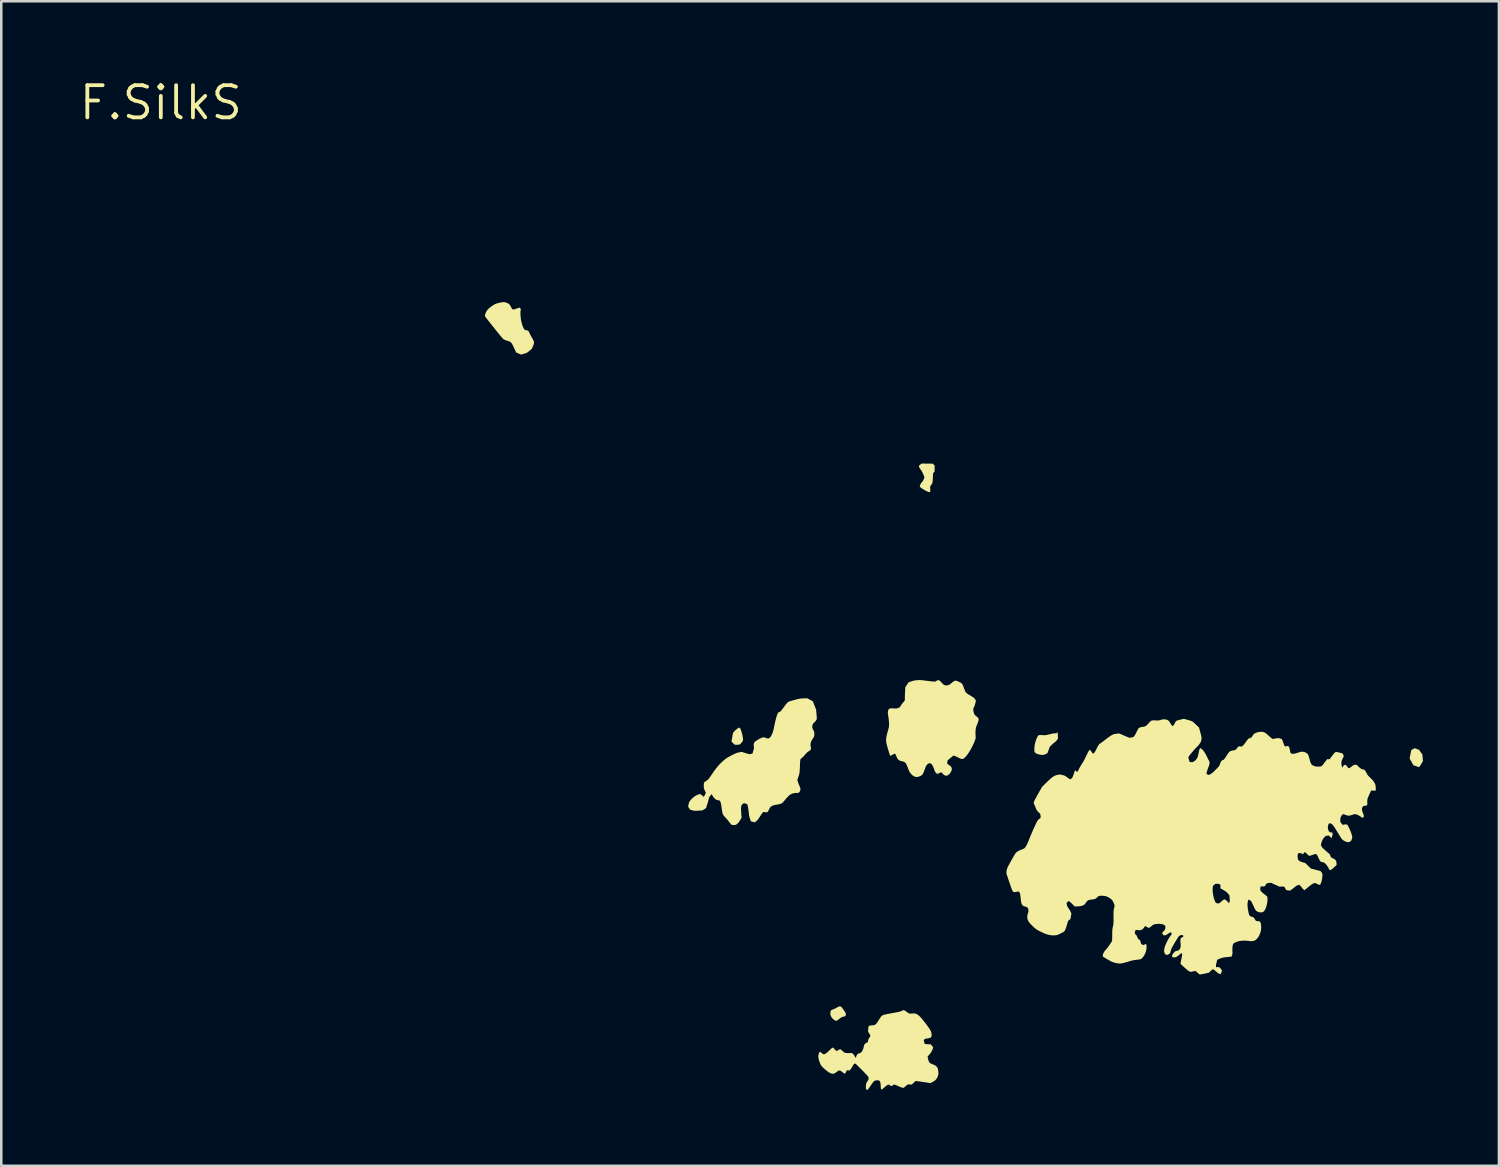
<source format=kicad_pcb>
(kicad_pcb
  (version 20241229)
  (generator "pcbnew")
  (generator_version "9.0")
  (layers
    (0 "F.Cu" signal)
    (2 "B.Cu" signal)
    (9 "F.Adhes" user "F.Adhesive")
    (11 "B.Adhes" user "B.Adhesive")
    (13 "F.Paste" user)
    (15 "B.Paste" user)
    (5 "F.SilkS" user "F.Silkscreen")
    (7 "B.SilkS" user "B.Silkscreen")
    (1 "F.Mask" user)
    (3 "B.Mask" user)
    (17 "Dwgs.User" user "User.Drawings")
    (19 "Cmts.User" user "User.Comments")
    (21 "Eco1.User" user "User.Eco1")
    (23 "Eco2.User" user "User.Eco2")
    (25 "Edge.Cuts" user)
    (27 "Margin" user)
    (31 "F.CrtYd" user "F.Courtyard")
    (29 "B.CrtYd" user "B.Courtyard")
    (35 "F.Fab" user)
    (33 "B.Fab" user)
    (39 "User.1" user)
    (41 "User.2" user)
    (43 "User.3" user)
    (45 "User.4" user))
  (footprint "F.SilkS"
    (layer "F.Cu")
    (at 3.303 1.006)
    (property "Reference" "F.SilkS" (at 0 0 0) (layer "F.SilkS") (effects (font (size 1.27 1.27) (thickness 0.15))))
    (attr board_only exclude_from_pos_files exclude_from_bom)
    (fp_poly (pts (xy 49.59 26.212) (xy 49.485 26.175) (xy 49.409 26.041) (xy 49.334 25.906) (xy 49.367 25.741) (xy 49.378 25.687) (xy 49.388 25.64) (xy 49.396 25.603) (xy 49.401 25.581) (xy 49.402 25.575) (xy 49.412 25.57) (xy 49.434 25.557) (xy 49.465 25.541) (xy 49.47 25.538) (xy 49.535 25.502) (xy 49.619 25.533) (xy 49.702 25.563) (xy 49.77 25.654) (xy 49.838 25.745) (xy 49.85 25.877) (xy 49.863 26.009) (xy 49.79 26.13) (xy 49.763 26.173) (xy 49.739 26.209) (xy 49.72 26.235) (xy 49.708 26.248) (xy 49.706 26.249) (xy 49.693 26.246) (xy 49.665 26.237) (xy 49.627 26.224) (xy 49.59 26.212)) (stroke (width 0) (type solid)) (fill yes) (layer "F.SilkS"))
    (fp_poly (pts (xy 26.62 36.249) (xy 26.556 36.2) (xy 26.502 36.136) (xy 26.478 36.096) (xy 26.463 36.063) (xy 26.454 36.037) (xy 26.451 36.008) (xy 26.451 35.969) (xy 26.452 35.957) (xy 26.454 35.917) (xy 26.46 35.888) (xy 26.473 35.866) (xy 26.494 35.849) (xy 26.528 35.832) (xy 26.578 35.812) (xy 26.583 35.81) (xy 26.628 35.791) (xy 26.675 35.769) (xy 26.712 35.747) (xy 26.717 35.744) (xy 26.765 35.717) (xy 26.81 35.703) (xy 26.849 35.703) (xy 26.868 35.709) (xy 26.882 35.721) (xy 26.903 35.747) (xy 26.931 35.782) (xy 26.961 35.823) (xy 26.99 35.865) (xy 27.018 35.906) (xy 27.039 35.941) (xy 27.046 35.953) (xy 27.059 35.984) (xy 27.062 36.012) (xy 27.058 36.038) (xy 27.049 36.073) (xy 27.035 36.092) (xy 27.012 36.099) (xy 26.999 36.1) (xy 26.944 36.11) (xy 26.883 36.138) (xy 26.816 36.185) (xy 26.795 36.202) (xy 26.751 36.238) (xy 26.716 36.26) (xy 26.687 36.269) (xy 26.66 36.267) (xy 26.63 36.255) (xy 26.62 36.249)) (stroke (width 0) (type solid)) (fill yes) (layer "F.SilkS"))
    (fp_poly (pts (xy 22.609 25.304) (xy 22.544 25.239) (xy 22.571 25.086) (xy 22.582 25.021) (xy 22.591 24.973) (xy 22.599 24.938) (xy 22.606 24.913) (xy 22.613 24.894) (xy 22.622 24.879) (xy 22.634 24.863) (xy 22.641 24.854) (xy 22.661 24.831) (xy 22.69 24.803) (xy 22.724 24.773) (xy 22.76 24.743) (xy 22.792 24.717) (xy 22.818 24.699) (xy 22.834 24.69) (xy 22.836 24.69) (xy 22.859 24.695) (xy 22.88 24.71) (xy 22.899 24.739) (xy 22.918 24.782) (xy 22.938 24.843) (xy 22.94 24.85) (xy 22.964 24.937) (xy 22.983 25.018) (xy 22.995 25.089) (xy 23 25.147) (xy 23 25.154) (xy 22.999 25.184) (xy 22.996 25.205) (xy 22.987 25.225) (xy 22.971 25.248) (xy 22.944 25.28) (xy 22.94 25.285) (xy 22.911 25.318) (xy 22.89 25.339) (xy 22.872 25.351) (xy 22.853 25.358) (xy 22.828 25.362) (xy 22.785 25.366) (xy 22.74 25.369) (xy 22.725 25.369) (xy 22.701 25.369) (xy 22.682 25.365) (xy 22.665 25.356) (xy 22.643 25.338) (xy 22.613 25.309) (xy 22.609 25.304)) (stroke (width 0) (type solid)) (fill yes) (layer "F.SilkS"))
    (fp_poly (pts (xy 30.328 15.38) (xy 30.298 15.368) (xy 30.256 15.348) (xy 30.207 15.323) (xy 30.156 15.294) (xy 30.107 15.265) (xy 30.064 15.238) (xy 30.033 15.216) (xy 30.024 15.208) (xy 29.982 15.168) (xy 29.997 15.112) (xy 30.011 15.072) (xy 30.034 15.034) (xy 30.063 14.999) (xy 30.115 14.928) (xy 30.142 14.871) (xy 30.169 14.801) (xy 30.121 14.681) (xy 30.09 14.612) (xy 30.061 14.556) (xy 30.029 14.508) (xy 30.018 14.493) (xy 29.985 14.449) (xy 29.965 14.413) (xy 29.956 14.381) (xy 29.953 14.36) (xy 29.954 14.345) (xy 29.961 14.332) (xy 29.977 14.317) (xy 30.005 14.296) (xy 30.024 14.283) (xy 30.062 14.256) (xy 30.279 14.259) (xy 30.495 14.261) (xy 30.532 14.298) (xy 30.57 14.334) (xy 30.57 14.454) (xy 30.57 14.574) (xy 30.54 14.605) (xy 30.509 14.637) (xy 30.5 14.816) (xy 30.497 14.882) (xy 30.494 14.932) (xy 30.49 14.97) (xy 30.485 14.998) (xy 30.478 15.022) (xy 30.47 15.044) (xy 30.467 15.05) (xy 30.449 15.085) (xy 30.428 15.116) (xy 30.415 15.13) (xy 30.403 15.142) (xy 30.396 15.154) (xy 30.392 15.17) (xy 30.392 15.196) (xy 30.394 15.235) (xy 30.396 15.251) (xy 30.399 15.308) (xy 30.398 15.349) (xy 30.392 15.374) (xy 30.38 15.386) (xy 30.361 15.388) (xy 30.332 15.381) (xy 30.328 15.38)) (stroke (width 0) (type solid)) (fill yes) (layer "F.SilkS"))
    (fp_poly (pts (xy 34.75 25.76) (xy 34.681 25.747) (xy 34.618 25.725) (xy 34.565 25.696) (xy 34.542 25.677) (xy 34.528 25.663) (xy 34.518 25.649) (xy 34.513 25.632) (xy 34.511 25.608) (xy 34.51 25.57) (xy 34.51 25.546) (xy 34.512 25.491) (xy 34.516 25.432) (xy 34.523 25.38) (xy 34.525 25.365) (xy 34.541 25.293) (xy 34.561 25.223) (xy 34.584 25.156) (xy 34.609 25.097) (xy 34.634 25.047) (xy 34.659 25.01) (xy 34.681 24.988) (xy 34.689 24.985) (xy 34.709 24.983) (xy 34.743 24.982) (xy 34.787 24.983) (xy 34.834 24.985) (xy 34.879 24.988) (xy 34.914 24.988) (xy 34.945 24.987) (xy 34.977 24.983) (xy 35.013 24.976) (xy 35.059 24.965) (xy 35.12 24.95) (xy 35.12 24.95) (xy 35.189 24.933) (xy 35.242 24.922) (xy 35.283 24.915) (xy 35.313 24.913) (xy 35.332 24.914) (xy 35.362 24.916) (xy 35.38 24.912) (xy 35.394 24.899) (xy 35.399 24.892) (xy 35.414 24.876) (xy 35.426 24.873) (xy 35.427 24.873) (xy 35.43 24.886) (xy 35.434 24.915) (xy 35.436 24.955) (xy 35.438 25.001) (xy 35.442 25.121) (xy 35.409 25.172) (xy 35.382 25.206) (xy 35.346 25.242) (xy 35.318 25.265) (xy 35.282 25.293) (xy 35.243 25.326) (xy 35.203 25.362) (xy 35.168 25.396) (xy 35.139 25.426) (xy 35.122 25.448) (xy 35.12 25.451) (xy 35.112 25.468) (xy 35.1 25.499) (xy 35.085 25.539) (xy 35.074 25.571) (xy 35.058 25.616) (xy 35.043 25.655) (xy 35.03 25.684) (xy 35.024 25.696) (xy 35.007 25.71) (xy 34.977 25.726) (xy 34.939 25.742) (xy 34.899 25.756) (xy 34.862 25.766) (xy 34.835 25.769) (xy 34.835 25.769) (xy 34.815 25.767) (xy 34.782 25.763) (xy 34.75 25.76)) (stroke (width 0) (type solid)) (fill yes) (layer "F.SilkS"))
    (fp_poly (pts (xy 14.125 9.906) (xy 14.035 9.863) (xy 13.996 9.779) (xy 13.957 9.694) (xy 13.924 9.624) (xy 13.897 9.569) (xy 13.872 9.526) (xy 13.85 9.494) (xy 13.827 9.469) (xy 13.802 9.45) (xy 13.775 9.436) (xy 13.742 9.424) (xy 13.703 9.411) (xy 13.691 9.408) (xy 13.644 9.393) (xy 13.6 9.376) (xy 13.564 9.36) (xy 13.553 9.354) (xy 13.54 9.344) (xy 13.521 9.328) (xy 13.497 9.302) (xy 13.467 9.268) (xy 13.428 9.223) (xy 13.382 9.167) (xy 13.325 9.098) (xy 13.258 9.015) (xy 13.181 8.918) (xy 13.169 8.904) (xy 13.105 8.823) (xy 13.044 8.746) (xy 12.987 8.674) (xy 12.936 8.61) (xy 12.893 8.553) (xy 12.857 8.507) (xy 12.832 8.473) (xy 12.817 8.451) (xy 12.814 8.446) (xy 12.806 8.429) (xy 12.803 8.413) (xy 12.806 8.394) (xy 12.813 8.365) (xy 12.825 8.329) (xy 12.851 8.266) (xy 12.888 8.208) (xy 12.936 8.152) (xy 12.999 8.095) (xy 13.079 8.036) (xy 13.091 8.028) (xy 13.138 7.996) (xy 13.176 7.973) (xy 13.208 7.956) (xy 13.243 7.942) (xy 13.285 7.929) (xy 13.34 7.914) (xy 13.424 7.894) (xy 13.494 7.883) (xy 13.555 7.881) (xy 13.61 7.888) (xy 13.663 7.905) (xy 13.692 7.917) (xy 13.73 7.937) (xy 13.761 7.96) (xy 13.788 7.99) (xy 13.814 8.03) (xy 13.843 8.084) (xy 13.843 8.085) (xy 13.864 8.125) (xy 13.882 8.152) (xy 13.9 8.166) (xy 13.924 8.171) (xy 13.957 8.165) (xy 14.002 8.152) (xy 14.036 8.14) (xy 14.083 8.125) (xy 14.124 8.112) (xy 14.155 8.103) (xy 14.171 8.1) (xy 14.171 8.1) (xy 14.19 8.108) (xy 14.208 8.129) (xy 14.22 8.154) (xy 14.222 8.176) (xy 14.221 8.179) (xy 14.213 8.208) (xy 14.208 8.253) (xy 14.207 8.31) (xy 14.209 8.376) (xy 14.214 8.446) (xy 14.221 8.519) (xy 14.232 8.589) (xy 14.244 8.653) (xy 14.254 8.692) (xy 14.281 8.785) (xy 14.308 8.859) (xy 14.335 8.915) (xy 14.362 8.955) (xy 14.39 8.979) (xy 14.42 8.99) (xy 14.429 8.99) (xy 14.463 8.995) (xy 14.498 9.006) (xy 14.5 9.008) (xy 14.519 9.02) (xy 14.535 9.038) (xy 14.55 9.066) (xy 14.566 9.102) (xy 14.587 9.15) (xy 14.613 9.2) (xy 14.637 9.242) (xy 14.638 9.242) (xy 14.672 9.3) (xy 14.703 9.356) (xy 14.726 9.406) (xy 14.742 9.446) (xy 14.744 9.457) (xy 14.746 9.477) (xy 14.742 9.502) (xy 14.732 9.537) (xy 14.714 9.586) (xy 14.709 9.601) (xy 14.666 9.712) (xy 14.567 9.798) (xy 14.526 9.833) (xy 14.495 9.858) (xy 14.468 9.875) (xy 14.441 9.889) (xy 14.407 9.901) (xy 14.362 9.915) (xy 14.357 9.916) (xy 14.311 9.93) (xy 14.272 9.94) (xy 14.243 9.947) (xy 14.23 9.949) (xy 14.215 9.945) (xy 14.187 9.934) (xy 14.15 9.917) (xy 14.125 9.906)) (stroke (width 0) (type solid)) (fill yes) (layer "F.SilkS"))
    (fp_poly (pts (xy 29.747 26.608) (xy 29.686 26.565) (xy 29.634 26.511) (xy 29.61 26.482) (xy 29.592 26.457) (xy 29.576 26.432) (xy 29.561 26.403) (xy 29.546 26.366) (xy 29.526 26.317) (xy 29.509 26.27) (xy 29.481 26.199) (xy 29.457 26.144) (xy 29.433 26.102) (xy 29.407 26.072) (xy 29.377 26.05) (xy 29.34 26.034) (xy 29.293 26.021) (xy 29.265 26.015) (xy 29.208 25.999) (xy 29.162 25.976) (xy 29.125 25.945) (xy 29.094 25.901) (xy 29.066 25.842) (xy 29.05 25.8) (xy 29.032 25.756) (xy 29.014 25.73) (xy 28.992 25.72) (xy 28.964 25.726) (xy 28.926 25.747) (xy 28.906 25.759) (xy 28.871 25.782) (xy 28.847 25.794) (xy 28.832 25.799) (xy 28.82 25.796) (xy 28.813 25.792) (xy 28.807 25.78) (xy 28.796 25.752) (xy 28.782 25.711) (xy 28.766 25.66) (xy 28.748 25.601) (xy 28.729 25.539) (xy 28.711 25.476) (xy 28.694 25.415) (xy 28.68 25.359) (xy 28.668 25.312) (xy 28.66 25.276) (xy 28.659 25.269) (xy 28.653 25.186) (xy 28.659 25.092) (xy 28.678 24.986) (xy 28.706 24.88) (xy 28.721 24.827) (xy 28.736 24.775) (xy 28.748 24.731) (xy 28.756 24.7) (xy 28.767 24.634) (xy 28.77 24.551) (xy 28.766 24.455) (xy 28.755 24.348) (xy 28.744 24.272) (xy 28.734 24.21) (xy 28.727 24.163) (xy 28.723 24.128) (xy 28.722 24.099) (xy 28.724 24.074) (xy 28.728 24.047) (xy 28.729 24.041) (xy 28.737 24.003) (xy 28.745 23.979) (xy 28.758 23.963) (xy 28.777 23.948) (xy 28.778 23.947) (xy 28.795 23.937) (xy 28.81 23.93) (xy 28.828 23.927) (xy 28.855 23.926) (xy 28.893 23.927) (xy 28.935 23.93) (xy 28.99 23.933) (xy 29.032 23.933) (xy 29.064 23.93) (xy 29.093 23.925) (xy 29.113 23.919) (xy 29.157 23.903) (xy 29.188 23.884) (xy 29.213 23.857) (xy 29.237 23.817) (xy 29.24 23.81) (xy 29.263 23.773) (xy 29.294 23.733) (xy 29.32 23.705) (xy 29.363 23.657) (xy 29.388 23.613) (xy 29.397 23.571) (xy 29.395 23.549) (xy 29.394 23.529) (xy 29.393 23.492) (xy 29.394 23.442) (xy 29.396 23.383) (xy 29.399 23.319) (xy 29.4 23.304) (xy 29.411 23.095) (xy 29.475 22.999) (xy 29.538 22.903) (xy 29.64 22.865) (xy 29.697 22.846) (xy 29.748 22.833) (xy 29.803 22.823) (xy 29.864 22.816) (xy 29.902 22.813) (xy 29.935 22.811) (xy 29.967 22.81) (xy 30 22.811) (xy 30.04 22.814) (xy 30.087 22.818) (xy 30.147 22.825) (xy 30.223 22.834) (xy 30.25 22.838) (xy 30.341 22.849) (xy 30.414 22.857) (xy 30.471 22.864) (xy 30.516 22.868) (xy 30.549 22.87) (xy 30.574 22.87) (xy 30.593 22.868) (xy 30.608 22.863) (xy 30.62 22.857) (xy 30.633 22.848) (xy 30.642 22.842) (xy 30.672 22.824) (xy 30.698 22.813) (xy 30.71 22.81) (xy 30.737 22.818) (xy 30.772 22.838) (xy 30.807 22.868) (xy 30.838 22.903) (xy 30.839 22.904) (xy 30.867 22.935) (xy 30.901 22.968) (xy 30.919 22.984) (xy 30.947 23.003) (xy 30.97 23.014) (xy 30.996 23.019) (xy 31.034 23.02) (xy 31.035 23.02) (xy 31.077 23.018) (xy 31.109 23.012) (xy 31.141 22.998) (xy 31.154 22.991) (xy 31.19 22.967) (xy 31.225 22.939) (xy 31.24 22.925) (xy 31.269 22.9) (xy 31.306 22.874) (xy 31.334 22.858) (xy 31.394 22.828) (xy 31.459 22.85) (xy 31.504 22.868) (xy 31.553 22.891) (xy 31.591 22.911) (xy 31.615 22.925) (xy 31.634 22.938) (xy 31.649 22.952) (xy 31.663 22.97) (xy 31.676 22.996) (xy 31.692 23.032) (xy 31.711 23.08) (xy 31.733 23.14) (xy 31.756 23.2) (xy 31.776 23.247) (xy 31.795 23.283) (xy 31.818 23.312) (xy 31.846 23.338) (xy 31.884 23.365) (xy 31.934 23.395) (xy 31.975 23.419) (xy 32.031 23.453) (xy 32.073 23.479) (xy 32.104 23.5) (xy 32.127 23.519) (xy 32.145 23.537) (xy 32.161 23.558) (xy 32.164 23.562) (xy 32.202 23.618) (xy 32.18 23.716) (xy 32.168 23.764) (xy 32.154 23.81) (xy 32.14 23.847) (xy 32.134 23.86) (xy 32.113 23.902) (xy 32.101 23.934) (xy 32.096 23.964) (xy 32.097 23.998) (xy 32.104 24.044) (xy 32.106 24.054) (xy 32.123 24.121) (xy 32.147 24.173) (xy 32.182 24.214) (xy 32.228 24.249) (xy 32.258 24.273) (xy 32.285 24.302) (xy 32.289 24.307) (xy 32.302 24.331) (xy 32.308 24.354) (xy 32.307 24.385) (xy 32.305 24.398) (xy 32.297 24.433) (xy 32.283 24.478) (xy 32.265 24.525) (xy 32.259 24.538) (xy 32.229 24.609) (xy 32.207 24.674) (xy 32.193 24.739) (xy 32.186 24.81) (xy 32.184 24.891) (xy 32.186 24.954) (xy 32.192 25.115) (xy 32.153 25.22) (xy 32.113 25.315) (xy 32.068 25.413) (xy 32.018 25.509) (xy 31.966 25.601) (xy 31.913 25.686) (xy 31.86 25.762) (xy 31.81 25.825) (xy 31.764 25.872) (xy 31.755 25.88) (xy 31.722 25.906) (xy 31.694 25.923) (xy 31.667 25.93) (xy 31.637 25.928) (xy 31.6 25.917) (xy 31.552 25.896) (xy 31.506 25.873) (xy 31.459 25.85) (xy 31.415 25.829) (xy 31.379 25.813) (xy 31.357 25.804) (xy 31.318 25.79) (xy 31.211 25.875) (xy 31.169 25.908) (xy 31.133 25.939) (xy 31.105 25.965) (xy 31.088 25.982) (xy 31.086 25.984) (xy 31.075 26.014) (xy 31.07 26.056) (xy 31.07 26.063) (xy 31.071 26.095) (xy 31.077 26.116) (xy 31.092 26.134) (xy 31.108 26.147) (xy 31.138 26.169) (xy 31.169 26.189) (xy 31.177 26.194) (xy 31.207 26.218) (xy 31.232 26.255) (xy 31.247 26.297) (xy 31.25 26.319) (xy 31.246 26.346) (xy 31.237 26.381) (xy 31.23 26.4) (xy 31.199 26.461) (xy 31.161 26.514) (xy 31.117 26.554) (xy 31.071 26.581) (xy 31.026 26.59) (xy 30.991 26.583) (xy 30.951 26.563) (xy 30.914 26.536) (xy 30.886 26.505) (xy 30.885 26.503) (xy 30.864 26.479) (xy 30.846 26.465) (xy 30.831 26.457) (xy 30.817 26.457) (xy 30.796 26.465) (xy 30.777 26.475) (xy 30.743 26.492) (xy 30.711 26.506) (xy 30.699 26.51) (xy 30.68 26.514) (xy 30.664 26.511) (xy 30.646 26.498) (xy 30.625 26.477) (xy 30.6 26.449) (xy 30.581 26.417) (xy 30.564 26.376) (xy 30.556 26.351) (xy 30.524 26.264) (xy 30.493 26.196) (xy 30.46 26.146) (xy 30.427 26.114) (xy 30.399 26.101) (xy 30.375 26.095) (xy 30.357 26.095) (xy 30.336 26.104) (xy 30.309 26.121) (xy 30.283 26.139) (xy 30.262 26.161) (xy 30.242 26.19) (xy 30.222 26.227) (xy 30.201 26.277) (xy 30.177 26.342) (xy 30.165 26.377) (xy 30.138 26.447) (xy 30.113 26.502) (xy 30.086 26.542) (xy 30.056 26.573) (xy 30.019 26.596) (xy 29.976 26.614) (xy 29.91 26.634) (xy 29.854 26.64) (xy 29.802 26.631) (xy 29.75 26.609) (xy 29.747 26.608)) (stroke (width 0) (type solid)) (fill yes) (layer "F.SilkS"))
    (fp_poly (pts (xy 27.87 38.985) (xy 27.859 38.959) (xy 27.853 38.919) (xy 27.852 38.868) (xy 27.857 38.811) (xy 27.86 38.792) (xy 27.869 38.746) (xy 27.88 38.713) (xy 27.897 38.685) (xy 27.904 38.675) (xy 27.932 38.638) (xy 27.949 38.609) (xy 27.958 38.581) (xy 27.961 38.548) (xy 27.957 38.5) (xy 27.945 38.474) (xy 27.934 38.46) (xy 27.91 38.434) (xy 27.876 38.397) (xy 27.833 38.352) (xy 27.783 38.301) (xy 27.728 38.244) (xy 27.682 38.198) (xy 27.617 38.133) (xy 27.565 38.08) (xy 27.523 38.039) (xy 27.491 38.008) (xy 27.467 37.986) (xy 27.449 37.971) (xy 27.435 37.963) (xy 27.426 37.959) (xy 27.417 37.959) (xy 27.409 37.962) (xy 27.409 37.962) (xy 27.388 37.974) (xy 27.367 37.999) (xy 27.344 38.039) (xy 27.309 38.099) (xy 27.277 38.151) (xy 27.248 38.192) (xy 27.224 38.219) (xy 27.215 38.226) (xy 27.192 38.234) (xy 27.163 38.231) (xy 27.16 38.23) (xy 27.129 38.224) (xy 27.107 38.229) (xy 27.089 38.247) (xy 27.071 38.282) (xy 27.067 38.293) (xy 27.05 38.331) (xy 27.033 38.352) (xy 27.013 38.358) (xy 26.988 38.347) (xy 26.953 38.321) (xy 26.937 38.308) (xy 26.886 38.267) (xy 26.844 38.242) (xy 26.81 38.233) (xy 26.788 38.235) (xy 26.77 38.244) (xy 26.741 38.262) (xy 26.707 38.286) (xy 26.695 38.294) (xy 26.65 38.327) (xy 26.615 38.348) (xy 26.588 38.36) (xy 26.562 38.364) (xy 26.534 38.362) (xy 26.52 38.36) (xy 26.477 38.349) (xy 26.433 38.33) (xy 26.386 38.303) (xy 26.332 38.265) (xy 26.27 38.214) (xy 26.232 38.182) (xy 26.176 38.132) (xy 26.133 38.09) (xy 26.1 38.052) (xy 26.073 38.013) (xy 26.051 37.969) (xy 26.03 37.915) (xy 26.009 37.855) (xy 25.985 37.766) (xy 25.976 37.689) (xy 25.981 37.618) (xy 26.001 37.553) (xy 26.003 37.548) (xy 26.019 37.515) (xy 26.034 37.499) (xy 26.051 37.498) (xy 26.074 37.513) (xy 26.105 37.541) (xy 26.133 37.565) (xy 26.161 37.583) (xy 26.173 37.59) (xy 26.199 37.593) (xy 26.231 37.584) (xy 26.27 37.562) (xy 26.318 37.526) (xy 26.375 37.476) (xy 26.422 37.432) (xy 26.469 37.387) (xy 26.503 37.356) (xy 26.529 37.337) (xy 26.549 37.33) (xy 26.565 37.333) (xy 26.58 37.346) (xy 26.597 37.369) (xy 26.605 37.38) (xy 26.633 37.415) (xy 26.663 37.442) (xy 26.69 37.458) (xy 26.702 37.46) (xy 26.718 37.455) (xy 26.744 37.442) (xy 26.762 37.431) (xy 26.797 37.409) (xy 26.823 37.397) (xy 26.845 37.397) (xy 26.867 37.407) (xy 26.895 37.431) (xy 26.924 37.458) (xy 26.958 37.491) (xy 26.985 37.513) (xy 27.008 37.526) (xy 27.033 37.535) (xy 27.055 37.54) (xy 27.113 37.547) (xy 27.183 37.548) (xy 27.203 37.546) (xy 27.246 37.544) (xy 27.275 37.544) (xy 27.295 37.548) (xy 27.314 37.556) (xy 27.331 37.567) (xy 27.362 37.593) (xy 27.389 37.632) (xy 27.406 37.662) (xy 27.424 37.694) (xy 27.439 37.718) (xy 27.449 37.73) (xy 27.45 37.73) (xy 27.458 37.721) (xy 27.468 37.698) (xy 27.477 37.669) (xy 27.496 37.622) (xy 27.524 37.588) (xy 27.566 37.564) (xy 27.605 37.551) (xy 27.636 37.539) (xy 27.662 37.525) (xy 27.666 37.522) (xy 27.691 37.494) (xy 27.716 37.452) (xy 27.739 37.402) (xy 27.758 37.35) (xy 27.764 37.324) (xy 27.777 37.269) (xy 27.788 37.229) (xy 27.8 37.201) (xy 27.816 37.181) (xy 27.838 37.164) (xy 27.868 37.148) (xy 27.87 37.147) (xy 27.902 37.129) (xy 27.926 37.113) (xy 27.937 37.101) (xy 27.937 37.1) (xy 27.939 37.081) (xy 27.943 37.052) (xy 27.945 37.038) (xy 27.955 36.998) (xy 27.978 36.958) (xy 27.991 36.941) (xy 28.013 36.911) (xy 28.025 36.891) (xy 28.027 36.871) (xy 28.025 36.851) (xy 28.015 36.82) (xy 27.995 36.783) (xy 27.979 36.758) (xy 27.939 36.705) (xy 27.945 36.62) (xy 27.948 36.578) (xy 27.952 36.54) (xy 27.955 36.514) (xy 27.956 36.51) (xy 27.971 36.482) (xy 28.004 36.462) (xy 28.055 36.452) (xy 28.096 36.45) (xy 28.143 36.448) (xy 28.182 36.441) (xy 28.216 36.427) (xy 28.247 36.404) (xy 28.279 36.37) (xy 28.313 36.322) (xy 28.353 36.259) (xy 28.365 36.24) (xy 28.403 36.178) (xy 28.435 36.131) (xy 28.463 36.096) (xy 28.49 36.071) (xy 28.517 36.054) (xy 28.542 36.042) (xy 28.565 36.035) (xy 28.605 36.025) (xy 28.659 36.013) (xy 28.723 36) (xy 28.796 35.986) (xy 28.874 35.971) (xy 28.905 35.965) (xy 28.995 35.949) (xy 29.069 35.935) (xy 29.127 35.923) (xy 29.172 35.913) (xy 29.207 35.904) (xy 29.235 35.895) (xy 29.257 35.887) (xy 29.271 35.88) (xy 29.303 35.864) (xy 29.33 35.853) (xy 29.344 35.85) (xy 29.372 35.857) (xy 29.41 35.877) (xy 29.454 35.907) (xy 29.47 35.92) (xy 29.513 35.953) (xy 29.548 35.974) (xy 29.582 35.985) (xy 29.621 35.988) (xy 29.665 35.985) (xy 29.72 35.981) (xy 29.76 35.98) (xy 29.791 35.983) (xy 29.818 35.989) (xy 29.845 36.001) (xy 29.855 36.006) (xy 29.889 36.025) (xy 29.92 36.045) (xy 29.95 36.068) (xy 29.981 36.097) (xy 30.015 36.132) (xy 30.054 36.177) (xy 30.1 36.233) (xy 30.155 36.302) (xy 30.194 36.352) (xy 30.259 36.437) (xy 30.312 36.509) (xy 30.355 36.57) (xy 30.388 36.622) (xy 30.413 36.666) (xy 30.43 36.706) (xy 30.441 36.743) (xy 30.448 36.779) (xy 30.45 36.816) (xy 30.45 36.825) (xy 30.448 36.868) (xy 30.44 36.9) (xy 30.424 36.924) (xy 30.396 36.941) (xy 30.355 36.954) (xy 30.297 36.966) (xy 30.268 36.97) (xy 30.225 36.977) (xy 30.197 36.984) (xy 30.179 36.993) (xy 30.166 37.005) (xy 30.159 37.013) (xy 30.137 37.043) (xy 30.16 37.116) (xy 30.183 37.188) (xy 30.302 37.196) (xy 30.421 37.203) (xy 30.465 37.261) (xy 30.51 37.318) (xy 30.498 37.372) (xy 30.481 37.42) (xy 30.453 37.477) (xy 30.416 37.536) (xy 30.374 37.592) (xy 30.344 37.626) (xy 30.291 37.681) (xy 30.305 37.757) (xy 30.324 37.83) (xy 30.349 37.892) (xy 30.374 37.932) (xy 30.388 37.943) (xy 30.417 37.958) (xy 30.456 37.975) (xy 30.487 37.988) (xy 30.545 38.011) (xy 30.588 38.033) (xy 30.623 38.058) (xy 30.635 38.069) (xy 30.66 38.094) (xy 30.677 38.116) (xy 30.688 38.142) (xy 30.699 38.179) (xy 30.703 38.194) (xy 30.719 38.289) (xy 30.718 38.375) (xy 30.699 38.456) (xy 30.663 38.532) (xy 30.655 38.545) (xy 30.621 38.592) (xy 30.58 38.631) (xy 30.529 38.667) (xy 30.479 38.694) (xy 30.405 38.732) (xy 30.13 38.691) (xy 30.057 38.68) (xy 29.989 38.671) (xy 29.93 38.662) (xy 29.882 38.656) (xy 29.849 38.652) (xy 29.831 38.65) (xy 29.831 38.65) (xy 29.81 38.658) (xy 29.779 38.682) (xy 29.738 38.721) (xy 29.668 38.793) (xy 29.596 38.786) (xy 29.557 38.783) (xy 29.531 38.784) (xy 29.511 38.79) (xy 29.49 38.802) (xy 29.484 38.806) (xy 29.455 38.828) (xy 29.42 38.856) (xy 29.397 38.877) (xy 29.369 38.902) (xy 29.35 38.915) (xy 29.332 38.919) (xy 29.309 38.917) (xy 29.306 38.917) (xy 29.282 38.91) (xy 29.244 38.897) (xy 29.198 38.879) (xy 29.147 38.857) (xy 29.133 38.85) (xy 29.083 38.829) (xy 29.038 38.81) (xy 29.001 38.797) (xy 28.977 38.79) (xy 28.972 38.79) (xy 28.94 38.8) (xy 28.915 38.82) (xy 28.891 38.839) (xy 28.868 38.849) (xy 28.863 38.85) (xy 28.842 38.844) (xy 28.816 38.828) (xy 28.807 38.82) (xy 28.781 38.802) (xy 28.758 38.791) (xy 28.751 38.79) (xy 28.723 38.797) (xy 28.685 38.819) (xy 28.637 38.856) (xy 28.58 38.907) (xy 28.546 38.937) (xy 28.516 38.962) (xy 28.493 38.979) (xy 28.484 38.984) (xy 28.467 38.983) (xy 28.454 38.968) (xy 28.445 38.937) (xy 28.441 38.889) (xy 28.44 38.839) (xy 28.436 38.762) (xy 28.424 38.702) (xy 28.404 38.659) (xy 28.377 38.633) (xy 28.374 38.631) (xy 28.338 38.622) (xy 28.291 38.621) (xy 28.244 38.627) (xy 28.204 38.639) (xy 28.187 38.648) (xy 28.171 38.661) (xy 28.153 38.68) (xy 28.13 38.708) (xy 28.102 38.748) (xy 28.065 38.801) (xy 28.055 38.816) (xy 28.02 38.867) (xy 27.989 38.912) (xy 27.962 38.949) (xy 27.942 38.975) (xy 27.932 38.987) (xy 27.932 38.987) (xy 27.905 38.999) (xy 27.879 38.993) (xy 27.87 38.985)) (stroke (width 0) (type solid)) (fill yes) (layer "F.SilkS"))
    (fp_poly (pts (xy 22.548 28.525) (xy 22.532 28.511) (xy 22.508 28.485) (xy 22.479 28.45) (xy 22.455 28.418) (xy 22.417 28.369) (xy 22.373 28.315) (xy 22.329 28.265) (xy 22.31 28.245) (xy 22.276 28.209) (xy 22.246 28.174) (xy 22.223 28.145) (xy 22.213 28.13) (xy 22.199 28.097) (xy 22.186 28.046) (xy 22.172 27.979) (xy 22.16 27.896) (xy 22.15 27.82) (xy 22.139 27.742) (xy 22.125 27.676) (xy 22.109 27.624) (xy 22.091 27.589) (xy 22.087 27.582) (xy 22.063 27.565) (xy 22.029 27.56) (xy 22.026 27.56) (xy 21.973 27.55) (xy 21.92 27.523) (xy 21.868 27.479) (xy 21.822 27.422) (xy 21.793 27.373) (xy 21.777 27.345) (xy 21.765 27.326) (xy 21.76 27.32) (xy 21.752 27.327) (xy 21.736 27.346) (xy 21.715 27.371) (xy 21.694 27.399) (xy 21.676 27.424) (xy 21.667 27.438) (xy 21.661 27.452) (xy 21.652 27.482) (xy 21.642 27.522) (xy 21.634 27.553) (xy 21.62 27.609) (xy 21.601 27.673) (xy 21.582 27.736) (xy 21.574 27.762) (xy 21.539 27.87) (xy 21.467 27.914) (xy 21.395 27.959) (xy 21.245 27.969) (xy 21.184 27.972) (xy 21.138 27.974) (xy 21.102 27.973) (xy 21.07 27.97) (xy 21.038 27.964) (xy 21.009 27.958) (xy 20.922 27.938) (xy 20.877 27.876) (xy 20.831 27.814) (xy 20.849 27.723) (xy 20.858 27.681) (xy 20.866 27.65) (xy 20.878 27.623) (xy 20.897 27.595) (xy 20.924 27.56) (xy 20.931 27.552) (xy 20.992 27.485) (xy 21.062 27.425) (xy 21.137 27.375) (xy 21.211 27.338) (xy 21.232 27.331) (xy 21.273 27.319) (xy 21.305 27.317) (xy 21.333 27.326) (xy 21.362 27.348) (xy 21.394 27.379) (xy 21.432 27.42) (xy 21.459 27.401) (xy 21.478 27.379) (xy 21.498 27.345) (xy 21.508 27.322) (xy 21.53 27.263) (xy 21.49 27.176) (xy 21.472 27.135) (xy 21.461 27.105) (xy 21.454 27.077) (xy 21.451 27.046) (xy 21.45 27.004) (xy 21.45 26.982) (xy 21.451 26.926) (xy 21.455 26.888) (xy 21.46 26.864) (xy 21.465 26.856) (xy 21.48 26.842) (xy 21.507 26.821) (xy 21.541 26.797) (xy 21.557 26.786) (xy 21.582 26.769) (xy 21.602 26.754) (xy 21.621 26.738) (xy 21.639 26.719) (xy 21.66 26.694) (xy 21.684 26.66) (xy 21.715 26.615) (xy 21.755 26.557) (xy 21.771 26.532) (xy 21.846 26.423) (xy 21.914 26.329) (xy 21.979 26.247) (xy 22.043 26.172) (xy 22.109 26.104) (xy 22.178 26.037) (xy 22.215 26.004) (xy 22.259 25.965) (xy 22.296 25.935) (xy 22.33 25.909) (xy 22.364 25.886) (xy 22.402 25.862) (xy 22.449 25.837) (xy 22.508 25.806) (xy 22.54 25.789) (xy 22.607 25.755) (xy 22.659 25.729) (xy 22.701 25.71) (xy 22.736 25.695) (xy 22.769 25.685) (xy 22.801 25.676) (xy 22.838 25.668) (xy 22.84 25.668) (xy 22.945 25.647) (xy 23.098 25.694) (xy 23.155 25.712) (xy 23.197 25.724) (xy 23.228 25.732) (xy 23.251 25.735) (xy 23.271 25.736) (xy 23.29 25.733) (xy 23.312 25.728) (xy 23.374 25.715) (xy 23.406 25.606) (xy 23.42 25.558) (xy 23.429 25.522) (xy 23.433 25.495) (xy 23.433 25.471) (xy 23.429 25.445) (xy 23.428 25.439) (xy 23.422 25.372) (xy 23.428 25.318) (xy 23.448 25.275) (xy 23.47 25.25) (xy 23.505 25.221) (xy 23.552 25.189) (xy 23.605 25.156) (xy 23.66 25.126) (xy 23.711 25.101) (xy 23.754 25.083) (xy 23.773 25.078) (xy 23.808 25.072) (xy 23.833 25.072) (xy 23.859 25.08) (xy 23.882 25.089) (xy 23.937 25.11) (xy 23.983 25.118) (xy 24.021 25.112) (xy 24.055 25.09) (xy 24.088 25.052) (xy 24.122 24.995) (xy 24.132 24.975) (xy 24.148 24.943) (xy 24.161 24.915) (xy 24.172 24.887) (xy 24.182 24.855) (xy 24.192 24.818) (xy 24.204 24.771) (xy 24.217 24.711) (xy 24.232 24.636) (xy 24.237 24.615) (xy 24.258 24.518) (xy 24.279 24.425) (xy 24.301 24.34) (xy 24.322 24.265) (xy 24.342 24.201) (xy 24.36 24.15) (xy 24.375 24.115) (xy 24.387 24.098) (xy 24.406 24.086) (xy 24.435 24.073) (xy 24.444 24.07) (xy 24.46 24.062) (xy 24.476 24.051) (xy 24.494 24.034) (xy 24.516 24.008) (xy 24.545 23.972) (xy 24.582 23.922) (xy 24.598 23.9) (xy 24.648 23.832) (xy 24.689 23.778) (xy 24.722 23.737) (xy 24.748 23.707) (xy 24.771 23.686) (xy 24.79 23.671) (xy 24.801 23.665) (xy 24.818 23.658) (xy 24.851 23.648) (xy 24.897 23.634) (xy 24.953 23.618) (xy 25.014 23.601) (xy 25.036 23.595) (xy 25.106 23.576) (xy 25.162 23.562) (xy 25.206 23.551) (xy 25.244 23.544) (xy 25.28 23.54) (xy 25.318 23.537) (xy 25.362 23.535) (xy 25.39 23.534) (xy 25.535 23.529) (xy 25.645 23.587) (xy 25.755 23.645) (xy 25.821 23.81) (xy 25.888 23.975) (xy 25.903 24.158) (xy 25.909 24.222) (xy 25.912 24.271) (xy 25.914 24.306) (xy 25.914 24.331) (xy 25.911 24.35) (xy 25.907 24.365) (xy 25.901 24.381) (xy 25.9 24.383) (xy 25.881 24.414) (xy 25.851 24.449) (xy 25.826 24.473) (xy 25.79 24.508) (xy 25.766 24.542) (xy 25.75 24.577) (xy 25.735 24.634) (xy 25.736 24.687) (xy 25.754 24.741) (xy 25.775 24.781) (xy 25.802 24.833) (xy 25.816 24.884) (xy 25.819 24.941) (xy 25.816 24.984) (xy 25.81 25.022) (xy 25.799 25.054) (xy 25.781 25.086) (xy 25.764 25.112) (xy 25.716 25.187) (xy 25.685 25.256) (xy 25.668 25.321) (xy 25.666 25.386) (xy 25.677 25.45) (xy 25.686 25.502) (xy 25.682 25.542) (xy 25.665 25.574) (xy 25.63 25.602) (xy 25.602 25.618) (xy 25.574 25.635) (xy 25.545 25.657) (xy 25.515 25.686) (xy 25.478 25.726) (xy 25.446 25.763) (xy 25.41 25.804) (xy 25.375 25.842) (xy 25.346 25.871) (xy 25.325 25.89) (xy 25.32 25.893) (xy 25.301 25.905) (xy 25.286 25.918) (xy 25.275 25.933) (xy 25.267 25.955) (xy 25.261 25.985) (xy 25.257 26.025) (xy 25.253 26.079) (xy 25.25 26.15) (xy 25.249 26.193) (xy 25.245 26.28) (xy 25.241 26.357) (xy 25.236 26.423) (xy 25.23 26.474) (xy 25.226 26.5) (xy 25.216 26.542) (xy 25.203 26.587) (xy 25.189 26.632) (xy 25.175 26.673) (xy 25.162 26.705) (xy 25.152 26.723) (xy 25.15 26.725) (xy 25.147 26.737) (xy 25.151 26.765) (xy 25.161 26.804) (xy 25.175 26.85) (xy 25.192 26.901) (xy 25.212 26.952) (xy 25.224 26.978) (xy 25.249 27.038) (xy 25.264 27.086) (xy 25.269 27.125) (xy 25.265 27.16) (xy 25.251 27.195) (xy 25.243 27.21) (xy 25.226 27.237) (xy 25.209 27.254) (xy 25.185 27.264) (xy 25.152 27.269) (xy 25.103 27.27) (xy 25.096 27.27) (xy 25.013 27.278) (xy 24.931 27.302) (xy 24.859 27.34) (xy 24.842 27.351) (xy 24.815 27.374) (xy 24.779 27.41) (xy 24.737 27.454) (xy 24.694 27.504) (xy 24.671 27.531) (xy 24.629 27.581) (xy 24.597 27.618) (xy 24.572 27.645) (xy 24.551 27.664) (xy 24.532 27.677) (xy 24.511 27.687) (xy 24.496 27.694) (xy 24.458 27.706) (xy 24.407 27.719) (xy 24.351 27.73) (xy 24.32 27.735) (xy 24.266 27.743) (xy 24.226 27.751) (xy 24.194 27.761) (xy 24.164 27.775) (xy 24.141 27.788) (xy 24.112 27.805) (xy 24.091 27.821) (xy 24.074 27.839) (xy 24.058 27.864) (xy 24.039 27.9) (xy 24.028 27.923) (xy 24.002 27.973) (xy 23.98 28.007) (xy 23.959 28.027) (xy 23.935 28.036) (xy 23.905 28.035) (xy 23.873 28.029) (xy 23.832 28.022) (xy 23.803 28.025) (xy 23.797 28.027) (xy 23.784 28.039) (xy 23.763 28.065) (xy 23.735 28.103) (xy 23.704 28.149) (xy 23.683 28.182) (xy 23.639 28.249) (xy 23.602 28.3) (xy 23.569 28.341) (xy 23.538 28.372) (xy 23.531 28.378) (xy 23.502 28.403) (xy 23.477 28.421) (xy 23.461 28.43) (xy 23.459 28.43) (xy 23.444 28.427) (xy 23.416 28.42) (xy 23.381 28.41) (xy 23.38 28.41) (xy 23.312 28.39) (xy 23.277 28.292) (xy 23.26 28.241) (xy 23.247 28.194) (xy 23.238 28.143) (xy 23.231 28.082) (xy 23.23 28.065) (xy 23.225 28.02) (xy 23.218 27.968) (xy 23.21 27.912) (xy 23.2 27.857) (xy 23.191 27.807) (xy 23.182 27.764) (xy 23.175 27.732) (xy 23.169 27.717) (xy 23.168 27.716) (xy 23.158 27.711) (xy 23.134 27.703) (xy 23.101 27.692) (xy 23.037 27.67) (xy 22.989 27.707) (xy 22.963 27.728) (xy 22.947 27.746) (xy 22.938 27.769) (xy 22.931 27.803) (xy 22.929 27.811) (xy 22.925 27.834) (xy 22.923 27.857) (xy 22.922 27.882) (xy 22.922 27.914) (xy 22.923 27.953) (xy 22.926 28.005) (xy 22.93 28.07) (xy 22.936 28.152) (xy 22.936 28.155) (xy 22.943 28.246) (xy 22.889 28.341) (xy 22.844 28.411) (xy 22.798 28.467) (xy 22.751 28.508) (xy 22.706 28.53) (xy 22.692 28.534) (xy 22.634 28.539) (xy 22.584 28.536) (xy 22.548 28.525)) (stroke (width 0) (type solid)) (fill yes) (layer "F.SilkS"))
    (fp_poly (pts (xy 40.584 24.389) (xy 40.633 24.403) (xy 40.672 24.414) (xy 40.702 24.424) (xy 40.728 24.434) (xy 40.752 24.448) (xy 40.777 24.465) (xy 40.805 24.489) (xy 40.84 24.52) (xy 40.883 24.561) (xy 40.938 24.614) (xy 40.944 24.619) (xy 41.014 24.685) (xy 41.067 24.879) (xy 41.084 24.945) (xy 41.098 24.996) (xy 41.106 25.034) (xy 41.112 25.064) (xy 41.114 25.088) (xy 41.114 25.11) (xy 41.111 25.134) (xy 41.11 25.144) (xy 41.105 25.183) (xy 41.099 25.215) (xy 41.094 25.235) (xy 41.094 25.235) (xy 41.081 25.261) (xy 41.06 25.295) (xy 41.035 25.332) (xy 41.008 25.37) (xy 40.982 25.402) (xy 40.962 25.424) (xy 40.953 25.431) (xy 40.938 25.443) (xy 40.914 25.467) (xy 40.881 25.502) (xy 40.843 25.544) (xy 40.802 25.591) (xy 40.759 25.64) (xy 40.718 25.689) (xy 40.68 25.735) (xy 40.648 25.774) (xy 40.625 25.805) (xy 40.616 25.819) (xy 40.601 25.847) (xy 40.594 25.87) (xy 40.594 25.878) (xy 40.599 25.896) (xy 40.608 25.926) (xy 40.619 25.963) (xy 40.62 25.967) (xy 40.64 26.039) (xy 40.696 26.05) (xy 40.725 26.056) (xy 40.746 26.056) (xy 40.766 26.05) (xy 40.793 26.037) (xy 40.813 26.025) (xy 40.858 25.994) (xy 40.895 25.957) (xy 40.919 25.925) (xy 40.936 25.899) (xy 40.949 25.875) (xy 40.96 25.848) (xy 40.97 25.815) (xy 40.981 25.771) (xy 40.994 25.712) (xy 40.995 25.708) (xy 41.01 25.639) (xy 41.022 25.586) (xy 41.033 25.549) (xy 41.043 25.525) (xy 41.053 25.511) (xy 41.064 25.505) (xy 41.077 25.506) (xy 41.079 25.506) (xy 41.112 25.523) (xy 41.15 25.556) (xy 41.192 25.606) (xy 41.236 25.669) (xy 41.28 25.744) (xy 41.325 25.83) (xy 41.339 25.86) (xy 41.362 25.908) (xy 41.383 25.951) (xy 41.401 25.983) (xy 41.413 26.003) (xy 41.416 26.006) (xy 41.426 26.026) (xy 41.431 26.059) (xy 41.43 26.1) (xy 41.423 26.145) (xy 41.412 26.188) (xy 41.404 26.208) (xy 41.388 26.245) (xy 41.371 26.291) (xy 41.353 26.342) (xy 41.337 26.392) (xy 41.323 26.438) (xy 41.314 26.474) (xy 41.31 26.496) (xy 41.31 26.497) (xy 41.314 26.514) (xy 41.331 26.528) (xy 41.356 26.54) (xy 41.402 26.56) (xy 41.469 26.525) (xy 41.499 26.508) (xy 41.529 26.485) (xy 41.565 26.456) (xy 41.607 26.417) (xy 41.658 26.366) (xy 41.677 26.347) (xy 41.725 26.299) (xy 41.761 26.261) (xy 41.787 26.233) (xy 41.805 26.209) (xy 41.819 26.188) (xy 41.829 26.167) (xy 41.838 26.143) (xy 41.845 26.122) (xy 41.864 26.072) (xy 41.885 26.03) (xy 41.906 25.999) (xy 41.925 25.982) (xy 41.932 25.98) (xy 41.947 25.976) (xy 41.971 25.966) (xy 41.976 25.964) (xy 41.992 25.953) (xy 42.01 25.935) (xy 42.032 25.906) (xy 42.06 25.865) (xy 42.094 25.811) (xy 42.135 25.747) (xy 42.168 25.698) (xy 42.197 25.662) (xy 42.224 25.636) (xy 42.254 25.618) (xy 42.288 25.606) (xy 42.329 25.596) (xy 42.369 25.589) (xy 42.41 25.582) (xy 42.437 25.575) (xy 42.456 25.565) (xy 42.473 25.55) (xy 42.489 25.532) (xy 42.514 25.501) (xy 42.539 25.471) (xy 42.55 25.458) (xy 42.571 25.438) (xy 42.596 25.429) (xy 42.629 25.428) (xy 42.666 25.434) (xy 42.694 25.437) (xy 42.714 25.432) (xy 42.735 25.417) (xy 42.743 25.41) (xy 42.762 25.39) (xy 42.789 25.358) (xy 42.821 25.317) (xy 42.854 25.272) (xy 42.866 25.255) (xy 42.898 25.211) (xy 42.926 25.173) (xy 42.949 25.144) (xy 42.965 25.127) (xy 42.969 25.124) (xy 42.987 25.117) (xy 43.017 25.106) (xy 43.035 25.1) (xy 43.055 25.094) (xy 43.071 25.086) (xy 43.085 25.075) (xy 43.1 25.057) (xy 43.119 25.03) (xy 43.144 24.991) (xy 43.167 24.955) (xy 43.189 24.934) (xy 43.226 24.912) (xy 43.275 24.892) (xy 43.331 24.874) (xy 43.39 24.861) (xy 43.433 24.856) (xy 43.478 24.853) (xy 43.514 24.854) (xy 43.548 24.862) (xy 43.572 24.869) (xy 43.597 24.879) (xy 43.621 24.891) (xy 43.646 24.907) (xy 43.677 24.931) (xy 43.715 24.963) (xy 43.764 25.007) (xy 43.773 25.015) (xy 43.825 25.061) (xy 43.864 25.095) (xy 43.893 25.118) (xy 43.913 25.131) (xy 43.927 25.136) (xy 43.933 25.136) (xy 43.952 25.132) (xy 43.985 25.126) (xy 44.028 25.119) (xy 44.057 25.115) (xy 44.104 25.107) (xy 44.137 25.104) (xy 44.161 25.104) (xy 44.184 25.107) (xy 44.21 25.115) (xy 44.224 25.12) (xy 44.259 25.132) (xy 44.28 25.144) (xy 44.294 25.159) (xy 44.306 25.183) (xy 44.308 25.188) (xy 44.323 25.225) (xy 44.336 25.263) (xy 44.34 25.275) (xy 44.351 25.307) (xy 44.366 25.346) (xy 44.377 25.372) (xy 44.392 25.404) (xy 44.404 25.421) (xy 44.417 25.429) (xy 44.435 25.43) (xy 44.468 25.426) (xy 44.499 25.419) (xy 44.524 25.413) (xy 44.541 25.418) (xy 44.549 25.424) (xy 44.57 25.453) (xy 44.588 25.5) (xy 44.603 25.562) (xy 44.609 25.598) (xy 44.618 25.649) (xy 44.63 25.683) (xy 44.646 25.705) (xy 44.67 25.717) (xy 44.704 25.722) (xy 44.708 25.723) (xy 44.733 25.724) (xy 44.76 25.722) (xy 44.79 25.717) (xy 44.829 25.707) (xy 44.882 25.692) (xy 44.91 25.683) (xy 44.968 25.665) (xy 45.011 25.653) (xy 45.045 25.645) (xy 45.072 25.642) (xy 45.098 25.642) (xy 45.12 25.643) (xy 45.167 25.65) (xy 45.207 25.664) (xy 45.246 25.684) (xy 45.274 25.703) (xy 45.297 25.722) (xy 45.315 25.745) (xy 45.332 25.776) (xy 45.348 25.817) (xy 45.364 25.872) (xy 45.383 25.942) (xy 45.385 25.948) (xy 45.404 26.017) (xy 45.421 26.07) (xy 45.439 26.11) (xy 45.457 26.139) (xy 45.479 26.161) (xy 45.506 26.179) (xy 45.514 26.183) (xy 45.563 26.205) (xy 45.609 26.22) (xy 45.661 26.227) (xy 45.724 26.23) (xy 45.734 26.23) (xy 45.785 26.228) (xy 45.825 26.222) (xy 45.858 26.207) (xy 45.888 26.182) (xy 45.919 26.145) (xy 45.947 26.107) (xy 45.977 26.065) (xy 46.008 26.023) (xy 46.036 25.988) (xy 46.045 25.977) (xy 46.068 25.951) (xy 46.084 25.938) (xy 46.1 25.933) (xy 46.123 25.935) (xy 46.127 25.936) (xy 46.168 25.942) (xy 46.262 25.817) (xy 46.297 25.772) (xy 46.33 25.731) (xy 46.359 25.697) (xy 46.381 25.675) (xy 46.388 25.669) (xy 46.422 25.646) (xy 46.533 25.669) (xy 46.595 25.683) (xy 46.641 25.695) (xy 46.673 25.709) (xy 46.694 25.725) (xy 46.708 25.746) (xy 46.718 25.774) (xy 46.718 25.776) (xy 46.732 25.826) (xy 46.686 25.918) (xy 46.665 25.961) (xy 46.651 25.994) (xy 46.644 26.021) (xy 46.641 26.05) (xy 46.64 26.086) (xy 46.642 26.134) (xy 46.648 26.179) (xy 46.656 26.217) (xy 46.666 26.246) (xy 46.677 26.26) (xy 46.685 26.26) (xy 46.698 26.243) (xy 46.709 26.217) (xy 46.71 26.215) (xy 46.726 26.187) (xy 46.755 26.168) (xy 46.758 26.167) (xy 46.782 26.158) (xy 46.797 26.159) (xy 46.814 26.17) (xy 46.828 26.183) (xy 46.854 26.211) (xy 46.878 26.241) (xy 46.882 26.247) (xy 46.903 26.271) (xy 46.924 26.287) (xy 46.927 26.289) (xy 46.938 26.293) (xy 46.949 26.292) (xy 46.964 26.286) (xy 46.984 26.273) (xy 47.014 26.25) (xy 47.056 26.216) (xy 47.067 26.208) (xy 47.108 26.177) (xy 47.139 26.162) (xy 47.155 26.16) (xy 47.185 26.158) (xy 47.207 26.154) (xy 47.22 26.154) (xy 47.237 26.161) (xy 47.259 26.178) (xy 47.291 26.207) (xy 47.307 26.223) (xy 47.354 26.266) (xy 47.391 26.296) (xy 47.424 26.316) (xy 47.456 26.329) (xy 47.482 26.335) (xy 47.517 26.344) (xy 47.546 26.36) (xy 47.572 26.384) (xy 47.598 26.42) (xy 47.627 26.472) (xy 47.631 26.479) (xy 47.654 26.523) (xy 47.675 26.557) (xy 47.698 26.587) (xy 47.727 26.618) (xy 47.765 26.655) (xy 47.786 26.675) (xy 47.834 26.721) (xy 47.87 26.76) (xy 47.899 26.796) (xy 47.925 26.835) (xy 47.938 26.858) (xy 47.96 26.896) (xy 47.974 26.926) (xy 47.984 26.952) (xy 47.989 26.982) (xy 47.993 27.021) (xy 47.995 27.057) (xy 48.002 27.169) (xy 47.975 27.176) (xy 47.951 27.179) (xy 47.916 27.179) (xy 47.881 27.178) (xy 47.814 27.173) (xy 47.752 27.309) (xy 47.722 27.376) (xy 47.699 27.429) (xy 47.682 27.471) (xy 47.671 27.505) (xy 47.665 27.536) (xy 47.662 27.567) (xy 47.661 27.602) (xy 47.662 27.638) (xy 47.663 27.685) (xy 47.663 27.715) (xy 47.66 27.735) (xy 47.654 27.747) (xy 47.645 27.757) (xy 47.64 27.761) (xy 47.609 27.776) (xy 47.581 27.776) (xy 47.536 27.777) (xy 47.499 27.795) (xy 47.472 27.827) (xy 47.456 27.87) (xy 47.451 27.921) (xy 47.461 27.979) (xy 47.469 28.005) (xy 47.491 28.065) (xy 47.507 28.108) (xy 47.517 28.14) (xy 47.523 28.162) (xy 47.525 28.178) (xy 47.524 28.191) (xy 47.521 28.203) (xy 47.518 28.211) (xy 47.508 28.236) (xy 47.494 28.248) (xy 47.473 28.247) (xy 47.443 28.233) (xy 47.401 28.206) (xy 47.391 28.199) (xy 47.348 28.172) (xy 47.302 28.146) (xy 47.26 28.127) (xy 47.255 28.125) (xy 47.225 28.114) (xy 47.199 28.109) (xy 47.172 28.108) (xy 47.14 28.113) (xy 47.1 28.125) (xy 47.046 28.142) (xy 47.026 28.149) (xy 46.967 28.165) (xy 46.915 28.168) (xy 46.861 28.157) (xy 46.824 28.144) (xy 46.776 28.125) (xy 46.741 28.113) (xy 46.718 28.108) (xy 46.701 28.111) (xy 46.686 28.12) (xy 46.669 28.136) (xy 46.665 28.14) (xy 46.628 28.191) (xy 46.605 28.254) (xy 46.595 28.325) (xy 46.596 28.369) (xy 46.601 28.406) (xy 46.609 28.432) (xy 46.624 28.455) (xy 46.649 28.483) (xy 46.65 28.484) (xy 46.698 28.534) (xy 46.737 28.522) (xy 46.795 28.511) (xy 46.844 28.515) (xy 46.863 28.521) (xy 46.878 28.536) (xy 46.898 28.566) (xy 46.922 28.609) (xy 46.947 28.661) (xy 46.973 28.72) (xy 46.999 28.782) (xy 47.022 28.843) (xy 47.042 28.9) (xy 47.057 28.951) (xy 47.065 28.992) (xy 47.068 29.023) (xy 47.064 29.052) (xy 47.052 29.089) (xy 47.045 29.109) (xy 47.03 29.145) (xy 47.018 29.167) (xy 47.003 29.181) (xy 46.981 29.192) (xy 46.963 29.199) (xy 46.932 29.21) (xy 46.908 29.214) (xy 46.882 29.212) (xy 46.848 29.205) (xy 46.779 29.18) (xy 46.708 29.136) (xy 46.667 29.101) (xy 46.654 29.086) (xy 46.633 29.056) (xy 46.605 29.013) (xy 46.572 28.962) (xy 46.535 28.903) (xy 46.497 28.84) (xy 46.445 28.753) (xy 46.4 28.681) (xy 46.363 28.624) (xy 46.332 28.578) (xy 46.306 28.544) (xy 46.282 28.518) (xy 46.261 28.5) (xy 46.241 28.487) (xy 46.22 28.478) (xy 46.172 28.462) (xy 46.147 28.488) (xy 46.121 28.528) (xy 46.107 28.579) (xy 46.103 28.637) (xy 46.111 28.696) (xy 46.129 28.75) (xy 46.141 28.772) (xy 46.163 28.803) (xy 46.183 28.821) (xy 46.208 28.828) (xy 46.241 28.83) (xy 46.27 28.834) (xy 46.288 28.847) (xy 46.294 28.872) (xy 46.291 28.91) (xy 46.279 28.959) (xy 46.268 28.996) (xy 46.257 29.026) (xy 46.25 29.043) (xy 46.248 29.045) (xy 46.236 29.044) (xy 46.214 29.026) (xy 46.192 29.003) (xy 46.145 28.952) (xy 46.085 28.957) (xy 46.051 28.961) (xy 46.026 28.969) (xy 46.003 28.984) (xy 45.977 29.009) (xy 45.919 29.077) (xy 45.876 29.159) (xy 45.849 29.24) (xy 45.829 29.318) (xy 45.852 29.373) (xy 45.862 29.393) (xy 45.875 29.413) (xy 45.892 29.435) (xy 45.918 29.461) (xy 45.953 29.493) (xy 46 29.534) (xy 46.02 29.552) (xy 46.066 29.592) (xy 46.107 29.628) (xy 46.141 29.658) (xy 46.165 29.68) (xy 46.176 29.691) (xy 46.176 29.691) (xy 46.186 29.708) (xy 46.198 29.736) (xy 46.207 29.76) (xy 46.218 29.788) (xy 46.229 29.806) (xy 46.245 29.821) (xy 46.271 29.836) (xy 46.301 29.851) (xy 46.355 29.88) (xy 46.394 29.907) (xy 46.42 29.937) (xy 46.435 29.972) (xy 46.444 30.018) (xy 46.446 30.041) (xy 46.452 30.115) (xy 46.354 30.205) (xy 46.301 30.252) (xy 46.259 30.285) (xy 46.227 30.307) (xy 46.201 30.318) (xy 46.185 30.32) (xy 46.175 30.312) (xy 46.159 30.289) (xy 46.14 30.257) (xy 46.13 30.238) (xy 46.098 30.18) (xy 46.06 30.125) (xy 46.022 30.078) (xy 45.985 30.042) (xy 45.967 30.03) (xy 45.938 30.016) (xy 45.903 30.007) (xy 45.898 30.006) (xy 45.864 29.999) (xy 45.837 29.99) (xy 45.815 29.975) (xy 45.795 29.952) (xy 45.774 29.918) (xy 45.751 29.871) (xy 45.729 29.823) (xy 45.702 29.764) (xy 45.679 29.723) (xy 45.657 29.696) (xy 45.632 29.684) (xy 45.602 29.683) (xy 45.564 29.694) (xy 45.514 29.713) (xy 45.51 29.715) (xy 45.466 29.731) (xy 45.425 29.743) (xy 45.393 29.749) (xy 45.386 29.75) (xy 45.366 29.749) (xy 45.349 29.743) (xy 45.331 29.73) (xy 45.307 29.707) (xy 45.282 29.68) (xy 45.252 29.65) (xy 45.226 29.626) (xy 45.207 29.612) (xy 45.201 29.61) (xy 45.185 29.617) (xy 45.164 29.635) (xy 45.154 29.647) (xy 45.123 29.684) (xy 45.06 29.661) (xy 45.007 29.646) (xy 44.968 29.644) (xy 44.966 29.644) (xy 44.946 29.65) (xy 44.933 29.662) (xy 44.923 29.685) (xy 44.917 29.703) (xy 44.909 29.733) (xy 44.906 29.76) (xy 44.908 29.791) (xy 44.914 29.834) (xy 44.921 29.874) (xy 44.929 29.901) (xy 44.94 29.92) (xy 44.957 29.938) (xy 44.966 29.945) (xy 44.996 29.966) (xy 45.037 29.985) (xy 45.093 30.004) (xy 45.11 30.009) (xy 45.215 30.04) (xy 45.325 30.149) (xy 45.435 30.257) (xy 45.6 30.299) (xy 45.672 30.317) (xy 45.727 30.332) (xy 45.767 30.343) (xy 45.797 30.353) (xy 45.817 30.362) (xy 45.831 30.372) (xy 45.842 30.384) (xy 45.852 30.398) (xy 45.861 30.413) (xy 45.875 30.438) (xy 45.884 30.458) (xy 45.889 30.479) (xy 45.89 30.507) (xy 45.888 30.548) (xy 45.887 30.56) (xy 45.881 30.628) (xy 45.869 30.7) (xy 45.853 30.768) (xy 45.834 30.827) (xy 45.819 30.862) (xy 45.804 30.886) (xy 45.785 30.898) (xy 45.76 30.898) (xy 45.726 30.886) (xy 45.684 30.865) (xy 45.649 30.848) (xy 45.617 30.835) (xy 45.596 30.83) (xy 45.595 30.83) (xy 45.571 30.833) (xy 45.543 30.842) (xy 45.509 30.858) (xy 45.47 30.882) (xy 45.422 30.916) (xy 45.365 30.96) (xy 45.296 31.016) (xy 45.215 31.084) (xy 45.198 31.098) (xy 45.183 31.107) (xy 45.168 31.104) (xy 45.156 31.096) (xy 45.138 31.081) (xy 45.113 31.054) (xy 45.086 31.021) (xy 45.08 31.012) (xy 45.052 30.978) (xy 45.024 30.946) (xy 45.002 30.924) (xy 44.999 30.921) (xy 44.969 30.898) (xy 44.913 30.915) (xy 44.864 30.937) (xy 44.816 30.971) (xy 44.799 30.986) (xy 44.76 31.019) (xy 44.714 31.055) (xy 44.673 31.084) (xy 44.605 31.129) (xy 44.54 31.12) (xy 44.506 31.115) (xy 44.479 31.111) (xy 44.468 31.11) (xy 44.46 31.102) (xy 44.446 31.08) (xy 44.431 31.052) (xy 44.41 31.013) (xy 44.392 30.988) (xy 44.37 30.974) (xy 44.341 30.968) (xy 44.299 30.967) (xy 44.28 30.968) (xy 44.193 30.971) (xy 43.855 30.818) (xy 43.787 30.824) (xy 43.73 30.832) (xy 43.691 30.846) (xy 43.665 30.866) (xy 43.65 30.894) (xy 43.636 30.927) (xy 43.616 30.948) (xy 43.587 30.96) (xy 43.543 30.965) (xy 43.522 30.965) (xy 43.445 30.965) (xy 43.437 31.02) (xy 43.433 31.066) (xy 43.438 31.104) (xy 43.453 31.138) (xy 43.482 31.173) (xy 43.523 31.211) (xy 43.562 31.244) (xy 43.603 31.277) (xy 43.638 31.303) (xy 43.647 31.31) (xy 43.677 31.332) (xy 43.7 31.355) (xy 43.709 31.368) (xy 43.716 31.395) (xy 43.719 31.436) (xy 43.719 31.488) (xy 43.716 31.543) (xy 43.71 31.598) (xy 43.705 31.627) (xy 43.684 31.719) (xy 43.658 31.801) (xy 43.629 31.87) (xy 43.597 31.923) (xy 43.563 31.96) (xy 43.531 31.979) (xy 43.464 31.989) (xy 43.396 31.984) (xy 43.333 31.963) (xy 43.284 31.934) (xy 43.271 31.922) (xy 43.259 31.909) (xy 43.246 31.892) (xy 43.232 31.869) (xy 43.215 31.837) (xy 43.195 31.795) (xy 43.169 31.741) (xy 43.137 31.672) (xy 43.114 31.623) (xy 43.094 31.58) (xy 43.077 31.552) (xy 43.058 31.531) (xy 43.035 31.513) (xy 43.028 31.509) (xy 43.001 31.493) (xy 42.982 31.483) (xy 42.975 31.481) (xy 42.969 31.492) (xy 42.959 31.515) (xy 42.951 31.534) (xy 42.937 31.584) (xy 42.93 31.651) (xy 42.931 31.73) (xy 42.94 31.819) (xy 42.954 31.91) (xy 42.969 31.982) (xy 42.981 32.036) (xy 42.994 32.076) (xy 43.007 32.105) (xy 43.024 32.126) (xy 43.046 32.14) (xy 43.074 32.152) (xy 43.1 32.16) (xy 43.139 32.173) (xy 43.167 32.187) (xy 43.188 32.207) (xy 43.208 32.237) (xy 43.225 32.268) (xy 43.244 32.299) (xy 43.261 32.317) (xy 43.283 32.328) (xy 43.294 32.331) (xy 43.328 32.337) (xy 43.361 32.337) (xy 43.366 32.337) (xy 43.397 32.338) (xy 43.422 32.353) (xy 43.44 32.38) (xy 43.454 32.422) (xy 43.465 32.479) (xy 43.47 32.547) (xy 43.471 32.61) (xy 43.461 32.705) (xy 43.435 32.801) (xy 43.397 32.893) (xy 43.348 32.976) (xy 43.301 33.033) (xy 43.262 33.07) (xy 43.222 33.097) (xy 43.179 33.114) (xy 43.129 33.123) (xy 43.068 33.124) (xy 42.992 33.118) (xy 42.963 33.114) (xy 42.823 33.103) (xy 42.695 33.108) (xy 42.579 33.127) (xy 42.492 33.156) (xy 42.451 33.173) (xy 42.415 33.191) (xy 42.39 33.206) (xy 42.384 33.211) (xy 42.361 33.244) (xy 42.345 33.295) (xy 42.335 33.362) (xy 42.332 33.444) (xy 42.333 33.502) (xy 42.335 33.557) (xy 42.336 33.597) (xy 42.334 33.627) (xy 42.33 33.651) (xy 42.322 33.675) (xy 42.319 33.684) (xy 42.298 33.737) (xy 42.122 33.754) (xy 42.056 33.761) (xy 42.007 33.767) (xy 41.967 33.773) (xy 41.934 33.781) (xy 41.903 33.79) (xy 41.868 33.803) (xy 41.84 33.815) (xy 41.735 33.858) (xy 41.706 33.971) (xy 41.692 34.03) (xy 41.684 34.073) (xy 41.682 34.105) (xy 41.684 34.123) (xy 41.69 34.148) (xy 41.698 34.157) (xy 41.712 34.155) (xy 41.713 34.155) (xy 41.758 34.147) (xy 41.801 34.153) (xy 41.828 34.167) (xy 41.854 34.19) (xy 41.881 34.221) (xy 41.903 34.252) (xy 41.917 34.279) (xy 41.92 34.292) (xy 41.916 34.311) (xy 41.907 34.339) (xy 41.894 34.371) (xy 41.88 34.4) (xy 41.868 34.422) (xy 41.859 34.43) (xy 41.833 34.423) (xy 41.795 34.404) (xy 41.751 34.374) (xy 41.702 34.337) (xy 41.673 34.311) (xy 41.633 34.276) (xy 41.604 34.253) (xy 41.584 34.241) (xy 41.569 34.236) (xy 41.559 34.237) (xy 41.541 34.246) (xy 41.515 34.266) (xy 41.483 34.294) (xy 41.468 34.308) (xy 41.401 34.373) (xy 41.243 34.406) (xy 41.178 34.42) (xy 41.129 34.429) (xy 41.094 34.435) (xy 41.068 34.438) (xy 41.05 34.437) (xy 41.036 34.434) (xy 41.025 34.43) (xy 41.008 34.419) (xy 40.983 34.398) (xy 40.96 34.375) (xy 40.924 34.339) (xy 40.895 34.317) (xy 40.867 34.307) (xy 40.834 34.307) (xy 40.79 34.316) (xy 40.773 34.32) (xy 40.731 34.33) (xy 40.703 34.336) (xy 40.682 34.336) (xy 40.663 34.332) (xy 40.642 34.324) (xy 40.614 34.309) (xy 40.575 34.281) (xy 40.524 34.239) (xy 40.46 34.183) (xy 40.45 34.175) (xy 40.405 34.133) (xy 40.364 34.095) (xy 40.329 34.064) (xy 40.305 34.04) (xy 40.292 34.028) (xy 40.292 34.027) (xy 40.286 34.015) (xy 40.285 33.997) (xy 40.289 33.967) (xy 40.295 33.939) (xy 40.312 33.857) (xy 40.326 33.792) (xy 40.336 33.742) (xy 40.342 33.704) (xy 40.346 33.677) (xy 40.347 33.656) (xy 40.346 33.641) (xy 40.345 33.634) (xy 40.336 33.608) (xy 40.323 33.6) (xy 40.31 33.606) (xy 40.285 33.623) (xy 40.254 33.648) (xy 40.231 33.668) (xy 40.174 33.715) (xy 40.124 33.746) (xy 40.077 33.763) (xy 40.031 33.767) (xy 40.011 33.765) (xy 39.979 33.759) (xy 39.963 33.749) (xy 39.956 33.737) (xy 39.951 33.707) (xy 39.954 33.68) (xy 39.966 33.651) (xy 39.991 33.617) (xy 40.009 33.594) (xy 40.038 33.56) (xy 40.059 33.539) (xy 40.079 33.525) (xy 40.102 33.517) (xy 40.126 33.511) (xy 40.178 33.497) (xy 40.214 33.481) (xy 40.24 33.46) (xy 40.26 33.431) (xy 40.262 33.427) (xy 40.287 33.361) (xy 40.293 33.293) (xy 40.288 33.25) (xy 40.284 33.213) (xy 40.281 33.165) (xy 40.279 33.116) (xy 40.279 33.111) (xy 40.281 33.06) (xy 40.288 33.025) (xy 40.301 33.002) (xy 40.322 32.988) (xy 40.334 32.984) (xy 40.357 32.972) (xy 40.38 32.954) (xy 40.396 32.935) (xy 40.4 32.925) (xy 40.391 32.906) (xy 40.37 32.889) (xy 40.343 32.88) (xy 40.336 32.88) (xy 40.291 32.888) (xy 40.246 32.911) (xy 40.216 32.936) (xy 40.201 32.956) (xy 40.178 32.989) (xy 40.149 33.034) (xy 40.116 33.088) (xy 40.08 33.146) (xy 40.044 33.207) (xy 40.009 33.266) (xy 39.978 33.322) (xy 39.951 33.37) (xy 39.931 33.408) (xy 39.92 33.433) (xy 39.92 33.433) (xy 39.906 33.475) (xy 39.894 33.522) (xy 39.89 33.541) (xy 39.882 33.576) (xy 39.87 33.599) (xy 39.849 33.618) (xy 39.835 33.629) (xy 39.784 33.658) (xy 39.741 33.668) (xy 39.703 33.659) (xy 39.673 33.631) (xy 39.65 33.585) (xy 39.647 33.576) (xy 39.636 33.523) (xy 39.637 33.464) (xy 39.648 33.396) (xy 39.672 33.319) (xy 39.708 33.231) (xy 39.757 33.13) (xy 39.777 33.09) (xy 39.805 33.04) (xy 39.834 32.991) (xy 39.861 32.95) (xy 39.883 32.921) (xy 39.885 32.918) (xy 39.917 32.878) (xy 39.934 32.847) (xy 39.934 32.822) (xy 39.92 32.8) (xy 39.913 32.795) (xy 39.886 32.772) (xy 39.845 32.798) (xy 39.815 32.817) (xy 39.777 32.842) (xy 39.75 32.861) (xy 39.718 32.881) (xy 39.694 32.891) (xy 39.671 32.894) (xy 39.646 32.893) (xy 39.616 32.888) (xy 39.598 32.878) (xy 39.585 32.858) (xy 39.578 32.844) (xy 39.557 32.801) (xy 39.617 32.733) (xy 39.646 32.7) (xy 39.664 32.675) (xy 39.675 32.653) (xy 39.68 32.629) (xy 39.684 32.6) (xy 39.686 32.563) (xy 39.685 32.54) (xy 39.678 32.522) (xy 39.667 32.508) (xy 39.634 32.482) (xy 39.584 32.462) (xy 39.522 32.448) (xy 39.45 32.442) (xy 39.372 32.443) (xy 39.297 32.452) (xy 39.259 32.459) (xy 39.227 32.469) (xy 39.198 32.483) (xy 39.166 32.506) (xy 39.126 32.539) (xy 39.112 32.551) (xy 39.075 32.581) (xy 39.045 32.596) (xy 39.017 32.597) (xy 38.986 32.584) (xy 38.967 32.572) (xy 38.929 32.548) (xy 38.902 32.537) (xy 38.881 32.54) (xy 38.862 32.557) (xy 38.847 32.578) (xy 38.823 32.61) (xy 38.798 32.639) (xy 38.787 32.651) (xy 38.749 32.674) (xy 38.699 32.689) (xy 38.643 32.693) (xy 38.605 32.69) (xy 38.562 32.683) (xy 38.535 32.682) (xy 38.518 32.686) (xy 38.506 32.698) (xy 38.497 32.715) (xy 38.481 32.766) (xy 38.481 32.812) (xy 38.497 32.851) (xy 38.528 32.879) (xy 38.53 32.88) (xy 38.543 32.894) (xy 38.559 32.922) (xy 38.571 32.951) (xy 38.592 32.999) (xy 38.613 33.035) (xy 38.632 33.056) (xy 38.644 33.06) (xy 38.665 33.069) (xy 38.686 33.095) (xy 38.703 33.134) (xy 38.713 33.171) (xy 38.72 33.205) (xy 38.728 33.227) (xy 38.741 33.241) (xy 38.764 33.253) (xy 38.775 33.259) (xy 38.825 33.283) (xy 38.873 33.256) (xy 38.92 33.23) (xy 38.932 33.257) (xy 38.939 33.288) (xy 38.942 33.333) (xy 38.941 33.386) (xy 38.936 33.441) (xy 38.927 33.493) (xy 38.922 33.516) (xy 38.897 33.588) (xy 38.866 33.656) (xy 38.828 33.719) (xy 38.788 33.772) (xy 38.748 33.811) (xy 38.714 33.833) (xy 38.69 33.84) (xy 38.65 33.848) (xy 38.601 33.855) (xy 38.547 33.862) (xy 38.532 33.864) (xy 38.478 33.87) (xy 38.429 33.877) (xy 38.383 33.887) (xy 38.334 33.899) (xy 38.276 33.915) (xy 38.205 33.937) (xy 38.196 33.94) (xy 38.107 33.966) (xy 38.033 33.986) (xy 37.97 34) (xy 37.915 34.007) (xy 37.864 34.008) (xy 37.813 34.004) (xy 37.759 33.994) (xy 37.704 33.981) (xy 37.662 33.97) (xy 37.626 33.959) (xy 37.593 33.947) (xy 37.558 33.932) (xy 37.517 33.911) (xy 37.468 33.884) (xy 37.406 33.849) (xy 37.397 33.844) (xy 37.342 33.812) (xy 37.293 33.783) (xy 37.254 33.758) (xy 37.225 33.739) (xy 37.211 33.728) (xy 37.21 33.726) (xy 37.212 33.711) (xy 37.216 33.683) (xy 37.22 33.657) (xy 37.235 33.606) (xy 37.265 33.55) (xy 37.305 33.493) (xy 37.35 33.445) (xy 37.367 33.426) (xy 37.393 33.394) (xy 37.423 33.352) (xy 37.457 33.305) (xy 37.491 33.257) (xy 37.522 33.211) (xy 37.548 33.171) (xy 37.566 33.141) (xy 37.566 33.14) (xy 37.572 33.126) (xy 37.577 33.11) (xy 37.58 33.088) (xy 37.583 33.058) (xy 37.584 33.016) (xy 37.585 32.96) (xy 37.586 32.887) (xy 37.586 32.885) (xy 37.586 32.81) (xy 37.587 32.751) (xy 37.589 32.704) (xy 37.593 32.664) (xy 37.597 32.629) (xy 37.604 32.593) (xy 37.612 32.552) (xy 37.613 32.548) (xy 37.621 32.512) (xy 37.628 32.48) (xy 37.632 32.45) (xy 37.635 32.417) (xy 37.637 32.38) (xy 37.638 32.334) (xy 37.638 32.275) (xy 37.638 32.202) (xy 37.638 32.173) (xy 37.637 32.093) (xy 37.637 32.03) (xy 37.638 31.98) (xy 37.639 31.942) (xy 37.642 31.91) (xy 37.645 31.883) (xy 37.651 31.858) (xy 37.658 31.83) (xy 37.658 31.83) (xy 37.668 31.789) (xy 37.676 31.752) (xy 37.68 31.727) (xy 37.68 31.722) (xy 37.676 31.703) (xy 37.665 31.671) (xy 37.65 31.631) (xy 37.638 31.604) (xy 37.617 31.559) (xy 37.599 31.527) (xy 37.58 31.501) (xy 37.555 31.476) (xy 37.523 31.449) (xy 37.445 31.395) (xy 37.363 31.357) (xy 37.272 31.336) (xy 37.178 31.33) (xy 37.122 31.331) (xy 37.082 31.336) (xy 37.05 31.346) (xy 37.023 31.364) (xy 36.994 31.39) (xy 36.99 31.395) (xy 36.96 31.424) (xy 36.932 31.445) (xy 36.9 31.459) (xy 36.861 31.469) (xy 36.808 31.477) (xy 36.78 31.48) (xy 36.713 31.489) (xy 36.662 31.501) (xy 36.623 31.518) (xy 36.591 31.543) (xy 36.563 31.578) (xy 36.542 31.61) (xy 36.518 31.647) (xy 36.496 31.672) (xy 36.47 31.691) (xy 36.449 31.702) (xy 36.383 31.729) (xy 36.312 31.745) (xy 36.232 31.752) (xy 36.19 31.752) (xy 36.095 31.75) (xy 36.02 31.671) (xy 35.984 31.635) (xy 35.948 31.602) (xy 35.916 31.576) (xy 35.901 31.565) (xy 35.857 31.538) (xy 35.82 31.577) (xy 35.782 31.615) (xy 35.792 31.68) (xy 35.801 31.72) (xy 35.815 31.754) (xy 35.837 31.791) (xy 35.85 31.81) (xy 35.879 31.853) (xy 35.91 31.904) (xy 35.935 31.951) (xy 35.935 31.951) (xy 35.973 32.026) (xy 35.954 32.14) (xy 35.935 32.254) (xy 35.892 32.283) (xy 35.875 32.295) (xy 35.861 32.307) (xy 35.85 32.321) (xy 35.84 32.34) (xy 35.829 32.368) (xy 35.817 32.408) (xy 35.801 32.461) (xy 35.788 32.505) (xy 35.772 32.56) (xy 35.753 32.613) (xy 35.736 32.659) (xy 35.721 32.692) (xy 35.719 32.697) (xy 35.706 32.718) (xy 35.694 32.734) (xy 35.678 32.749) (xy 35.655 32.764) (xy 35.623 32.782) (xy 35.577 32.806) (xy 35.552 32.819) (xy 35.499 32.845) (xy 35.46 32.864) (xy 35.43 32.876) (xy 35.403 32.884) (xy 35.375 32.889) (xy 35.342 32.892) (xy 35.31 32.894) (xy 35.258 32.897) (xy 35.214 32.896) (xy 35.171 32.892) (xy 35.122 32.883) (xy 35.09 32.877) (xy 35.046 32.867) (xy 35.007 32.856) (xy 34.967 32.843) (xy 34.923 32.826) (xy 34.871 32.803) (xy 34.806 32.772) (xy 34.79 32.765) (xy 34.727 32.734) (xy 34.678 32.71) (xy 34.639 32.689) (xy 34.606 32.669) (xy 34.576 32.647) (xy 34.545 32.622) (xy 34.508 32.59) (xy 34.487 32.57) (xy 34.406 32.495) (xy 34.342 32.428) (xy 34.293 32.366) (xy 34.259 32.307) (xy 34.238 32.248) (xy 34.229 32.189) (xy 34.232 32.125) (xy 34.246 32.055) (xy 34.256 32.019) (xy 34.269 31.975) (xy 34.276 31.944) (xy 34.278 31.918) (xy 34.275 31.893) (xy 34.271 31.873) (xy 34.262 31.838) (xy 34.25 31.809) (xy 34.242 31.797) (xy 34.223 31.786) (xy 34.192 31.773) (xy 34.154 31.761) (xy 34.15 31.76) (xy 34.103 31.745) (xy 34.066 31.727) (xy 34.037 31.702) (xy 34.015 31.668) (xy 33.998 31.622) (xy 33.985 31.564) (xy 33.975 31.488) (xy 33.97 31.435) (xy 33.961 31.351) (xy 33.951 31.286) (xy 33.94 31.237) (xy 33.926 31.203) (xy 33.909 31.181) (xy 33.9 31.175) (xy 33.883 31.168) (xy 33.864 31.166) (xy 33.838 31.169) (xy 33.799 31.176) (xy 33.797 31.177) (xy 33.747 31.186) (xy 33.71 31.187) (xy 33.684 31.179) (xy 33.663 31.16) (xy 33.645 31.134) (xy 33.639 31.122) (xy 41.553 31.122) (xy 41.56 31.208) (xy 41.573 31.299) (xy 41.592 31.389) (xy 41.615 31.471) (xy 41.641 31.541) (xy 41.648 31.557) (xy 41.666 31.59) (xy 41.685 31.609) (xy 41.709 31.622) (xy 41.715 31.624) (xy 41.751 31.635) (xy 41.778 31.637) (xy 41.805 31.629) (xy 41.838 31.611) (xy 41.869 31.588) (xy 41.897 31.563) (xy 41.908 31.551) (xy 41.93 31.528) (xy 41.961 31.503) (xy 41.974 31.495) (xy 42.001 31.48) (xy 42.019 31.474) (xy 42.035 31.478) (xy 42.052 31.485) (xy 42.074 31.501) (xy 42.104 31.526) (xy 42.136 31.557) (xy 42.142 31.563) (xy 42.198 31.625) (xy 42.215 31.585) (xy 42.223 31.564) (xy 42.227 31.54) (xy 42.229 31.509) (xy 42.227 31.467) (xy 42.225 31.431) (xy 42.218 31.317) (xy 42.163 31.249) (xy 42.138 31.219) (xy 42.114 31.195) (xy 42.086 31.172) (xy 42.05 31.148) (xy 42.002 31.12) (xy 41.984 31.109) (xy 41.86 31.038) (xy 41.86 30.893) (xy 41.818 30.874) (xy 41.771 30.86) (xy 41.719 30.855) (xy 41.684 30.857) (xy 41.66 30.864) (xy 41.637 30.879) (xy 41.619 30.895) (xy 41.594 30.918) (xy 41.575 30.937) (xy 41.567 30.946) (xy 41.563 30.961) (xy 41.559 30.991) (xy 41.555 31.03) (xy 41.554 31.047) (xy 41.553 31.122) (xy 33.639 31.122) (xy 33.635 31.113) (xy 33.62 31.076) (xy 33.601 31.025) (xy 33.579 30.963) (xy 33.554 30.893) (xy 33.528 30.817) (xy 33.511 30.766) (xy 33.404 30.445) (xy 33.411 30.365) (xy 33.417 30.314) (xy 33.429 30.268) (xy 33.449 30.218) (xy 33.457 30.2) (xy 33.473 30.168) (xy 33.497 30.122) (xy 33.527 30.067) (xy 33.561 30.005) (xy 33.598 29.939) (xy 33.635 29.873) (xy 33.671 29.81) (xy 33.705 29.752) (xy 33.734 29.704) (xy 33.756 29.667) (xy 33.768 29.65) (xy 33.798 29.616) (xy 33.841 29.584) (xy 33.897 29.553) (xy 33.97 29.521) (xy 33.998 29.51) (xy 34.049 29.49) (xy 34.085 29.474) (xy 34.11 29.459) (xy 34.13 29.443) (xy 34.145 29.426) (xy 34.169 29.392) (xy 34.195 29.347) (xy 34.224 29.289) (xy 34.257 29.217) (xy 34.293 29.129) (xy 34.335 29.025) (xy 34.36 28.961) (xy 34.391 28.888) (xy 34.425 28.809) (xy 34.461 28.727) (xy 34.498 28.645) (xy 34.535 28.566) (xy 34.568 28.495) (xy 34.599 28.433) (xy 34.623 28.385) (xy 34.635 28.364) (xy 34.663 28.329) (xy 34.699 28.299) (xy 34.704 28.296) (xy 34.73 28.278) (xy 34.749 28.261) (xy 34.754 28.253) (xy 34.757 28.235) (xy 34.757 28.204) (xy 34.754 28.168) (xy 34.749 28.128) (xy 34.741 28.102) (xy 34.728 28.083) (xy 34.721 28.075) (xy 34.677 28.033) (xy 34.644 28) (xy 34.619 27.971) (xy 34.6 27.941) (xy 34.583 27.907) (xy 34.565 27.864) (xy 34.56 27.853) (xy 34.541 27.806) (xy 34.522 27.76) (xy 34.506 27.723) (xy 34.498 27.704) (xy 34.479 27.662) (xy 34.508 27.588) (xy 34.52 27.56) (xy 34.541 27.517) (xy 34.57 27.464) (xy 34.603 27.402) (xy 34.64 27.336) (xy 34.678 27.268) (xy 34.678 27.268) (xy 34.821 27.022) (xy 34.999 26.847) (xy 35.074 26.775) (xy 35.138 26.716) (xy 35.194 26.669) (xy 35.244 26.632) (xy 35.289 26.604) (xy 35.333 26.583) (xy 35.378 26.567) (xy 35.426 26.556) (xy 35.429 26.555) (xy 35.47 26.547) (xy 35.501 26.543) (xy 35.527 26.543) (xy 35.556 26.547) (xy 35.594 26.556) (xy 35.617 26.561) (xy 35.662 26.573) (xy 35.696 26.584) (xy 35.726 26.598) (xy 35.758 26.618) (xy 35.797 26.647) (xy 35.805 26.653) (xy 35.852 26.688) (xy 35.887 26.711) (xy 35.913 26.723) (xy 35.933 26.726) (xy 35.951 26.72) (xy 35.97 26.707) (xy 35.972 26.705) (xy 35.992 26.686) (xy 36.01 26.661) (xy 36.027 26.627) (xy 36.046 26.581) (xy 36.067 26.519) (xy 36.071 26.507) (xy 36.086 26.464) (xy 36.099 26.427) (xy 36.11 26.4) (xy 36.114 26.393) (xy 36.127 26.367) (xy 36.155 26.404) (xy 36.176 26.428) (xy 36.193 26.438) (xy 36.209 26.433) (xy 36.226 26.412) (xy 36.246 26.374) (xy 36.256 26.352) (xy 36.276 26.312) (xy 36.304 26.26) (xy 36.337 26.204) (xy 36.372 26.149) (xy 36.381 26.134) (xy 36.443 26.033) (xy 36.505 25.918) (xy 36.551 25.824) (xy 36.589 25.742) (xy 36.62 25.678) (xy 36.646 25.63) (xy 36.667 25.597) (xy 36.686 25.578) (xy 36.702 25.572) (xy 36.718 25.577) (xy 36.734 25.594) (xy 36.752 25.62) (xy 36.761 25.635) (xy 36.781 25.665) (xy 36.803 25.692) (xy 36.809 25.697) (xy 36.832 25.72) (xy 36.862 25.698) (xy 36.879 25.681) (xy 36.9 25.651) (xy 36.926 25.604) (xy 36.957 25.541) (xy 36.961 25.534) (xy 37 25.457) (xy 37.034 25.397) (xy 37.063 25.354) (xy 37.089 25.327) (xy 37.11 25.315) (xy 37.123 25.307) (xy 37.149 25.289) (xy 37.187 25.262) (xy 37.232 25.228) (xy 37.284 25.188) (xy 37.326 25.156) (xy 37.404 25.096) (xy 37.469 25.048) (xy 37.525 25.011) (xy 37.574 24.982) (xy 37.619 24.961) (xy 37.662 24.946) (xy 37.707 24.936) (xy 37.755 24.93) (xy 37.768 24.928) (xy 37.861 24.92) (xy 38.06 25.005) (xy 38.259 25.09) (xy 38.337 25.079) (xy 38.383 25.071) (xy 38.414 25.061) (xy 38.437 25.047) (xy 38.444 25.041) (xy 38.458 25.023) (xy 38.479 24.991) (xy 38.503 24.948) (xy 38.529 24.899) (xy 38.541 24.875) (xy 38.566 24.826) (xy 38.588 24.782) (xy 38.607 24.747) (xy 38.619 24.724) (xy 38.623 24.719) (xy 38.654 24.694) (xy 38.704 24.674) (xy 38.772 24.661) (xy 38.782 24.659) (xy 38.823 24.654) (xy 38.856 24.647) (xy 38.884 24.639) (xy 38.911 24.625) (xy 38.937 24.605) (xy 38.968 24.576) (xy 39.006 24.537) (xy 39.053 24.486) (xy 39.065 24.473) (xy 39.094 24.443) (xy 39.122 24.422) (xy 39.152 24.409) (xy 39.19 24.403) (xy 39.239 24.401) (xy 39.299 24.404) (xy 39.352 24.407) (xy 39.391 24.407) (xy 39.423 24.404) (xy 39.454 24.398) (xy 39.491 24.388) (xy 39.499 24.385) (xy 39.577 24.366) (xy 39.644 24.36) (xy 39.704 24.367) (xy 39.761 24.386) (xy 39.765 24.388) (xy 39.793 24.402) (xy 39.814 24.416) (xy 39.831 24.434) (xy 39.85 24.461) (xy 39.874 24.5) (xy 39.878 24.507) (xy 39.902 24.547) (xy 39.924 24.581) (xy 39.942 24.606) (xy 39.95 24.615) (xy 39.969 24.624) (xy 39.989 24.618) (xy 40.011 24.596) (xy 40.037 24.555) (xy 40.05 24.53) (xy 40.071 24.488) (xy 40.089 24.457) (xy 40.108 24.434) (xy 40.13 24.418) (xy 40.159 24.405) (xy 40.2 24.393) (xy 40.256 24.379) (xy 40.272 24.376) (xy 40.419 24.341)) (stroke (width 0) (type solid)) (fill yes) (layer "F.SilkS")))
  (gr_rect
    (start -3 -3)
    (end 56.166 43.005)
    (stroke (width 0.1) (type default))
    (fill no)
    (layer "Edge.Cuts")))
</source>
